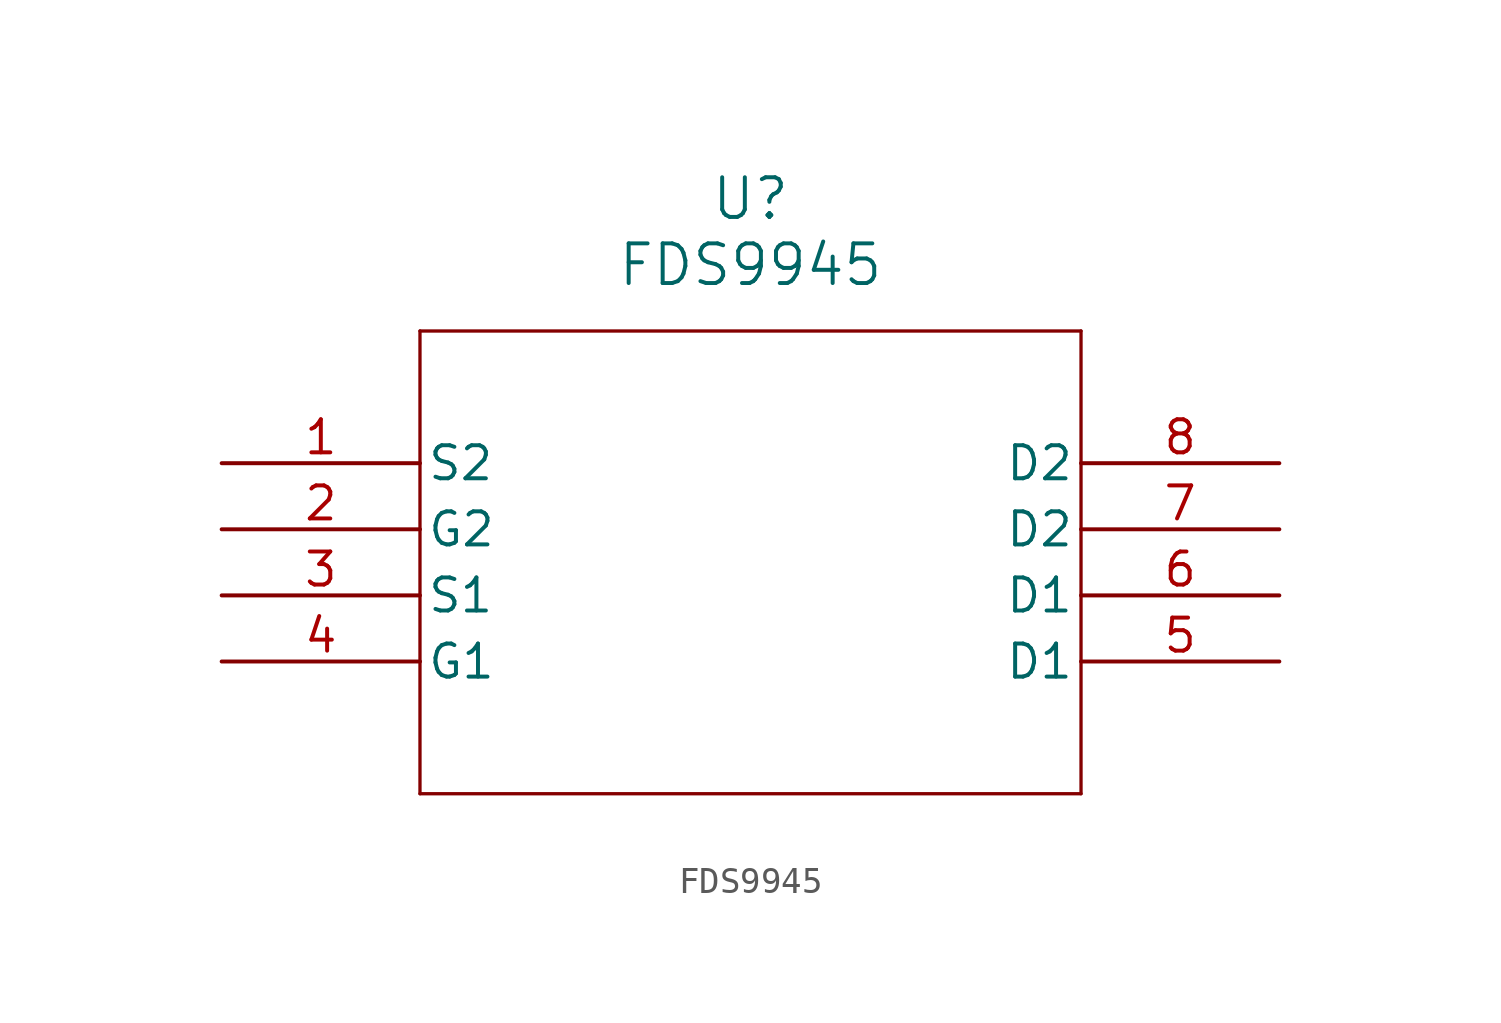
<source format=kicad_sym>
(kicad_symbol_lib
  (version 20211014)
  (generator kicad_symbol_editor)
  (symbol "FDS9945"
    (pin_names
      (offset 0.254))
    (property "Reference" "U"
      (at 20.32 10.16 0)
      (effects (font (size 1.524 1.524))))
    (property "Value" "FDS9945"
      (at 20.32 7.62 0)
      (effects (font (size 1.524 1.524))))
    (symbol "FDS9945_0_1"
      (polyline (pts (xy 7.62 5.08) (xy 7.62 -12.7)) (stroke (width 0.127) (type default) (color 0 0 0 0)) (fill (type none)))
      (polyline (pts (xy 7.62 -12.7) (xy 33.02 -12.7)) (stroke (width 0.127) (type default) (color 0 0 0 0)) (fill (type none)))
      (polyline (pts (xy 33.02 -12.7) (xy 33.02 5.08)) (stroke (width 0.127) (type default) (color 0 0 0 0)) (fill (type none)))
      (polyline (pts (xy 33.02 5.08) (xy 7.62 5.08)) (stroke (width 0.127) (type default) (color 0 0 0 0)) (fill (type none)))
      (pin unspecified line (at 0 0 0) (length 7.62) (name "S2" (effects (font (size 1.27 1.27)))) (number "1" (effects (font (size 1.27 1.27)))))
      (pin unspecified line (at 0 -2.54 0) (length 7.62) (name "G2" (effects (font (size 1.27 1.27)))) (number "2" (effects (font (size 1.27 1.27)))))
      (pin unspecified line (at 0 -5.08 0) (length 7.62) (name "S1" (effects (font (size 1.27 1.27)))) (number "3" (effects (font (size 1.27 1.27)))))
      (pin unspecified line (at 0 -7.62 0) (length 7.62) (name "G1" (effects (font (size 1.27 1.27)))) (number "4" (effects (font (size 1.27 1.27)))))
      (pin output line (at 40.64 -7.62 180) (length 7.62) (name "D1" (effects (font (size 1.27 1.27)))) (number "5" (effects (font (size 1.27 1.27)))))
      (pin output line (at 40.64 -5.08 180) (length 7.62) (name "D1" (effects (font (size 1.27 1.27)))) (number "6" (effects (font (size 1.27 1.27)))))
      (pin output line (at 40.64 -2.54 180) (length 7.62) (name "D2" (effects (font (size 1.27 1.27)))) (number "7" (effects (font (size 1.27 1.27)))))
      (pin output line (at 40.64 0 180) (length 7.62) (name "D2" (effects (font (size 1.27 1.27)))) (number "8" (effects (font (size 1.27 1.27))))))))
</source>
